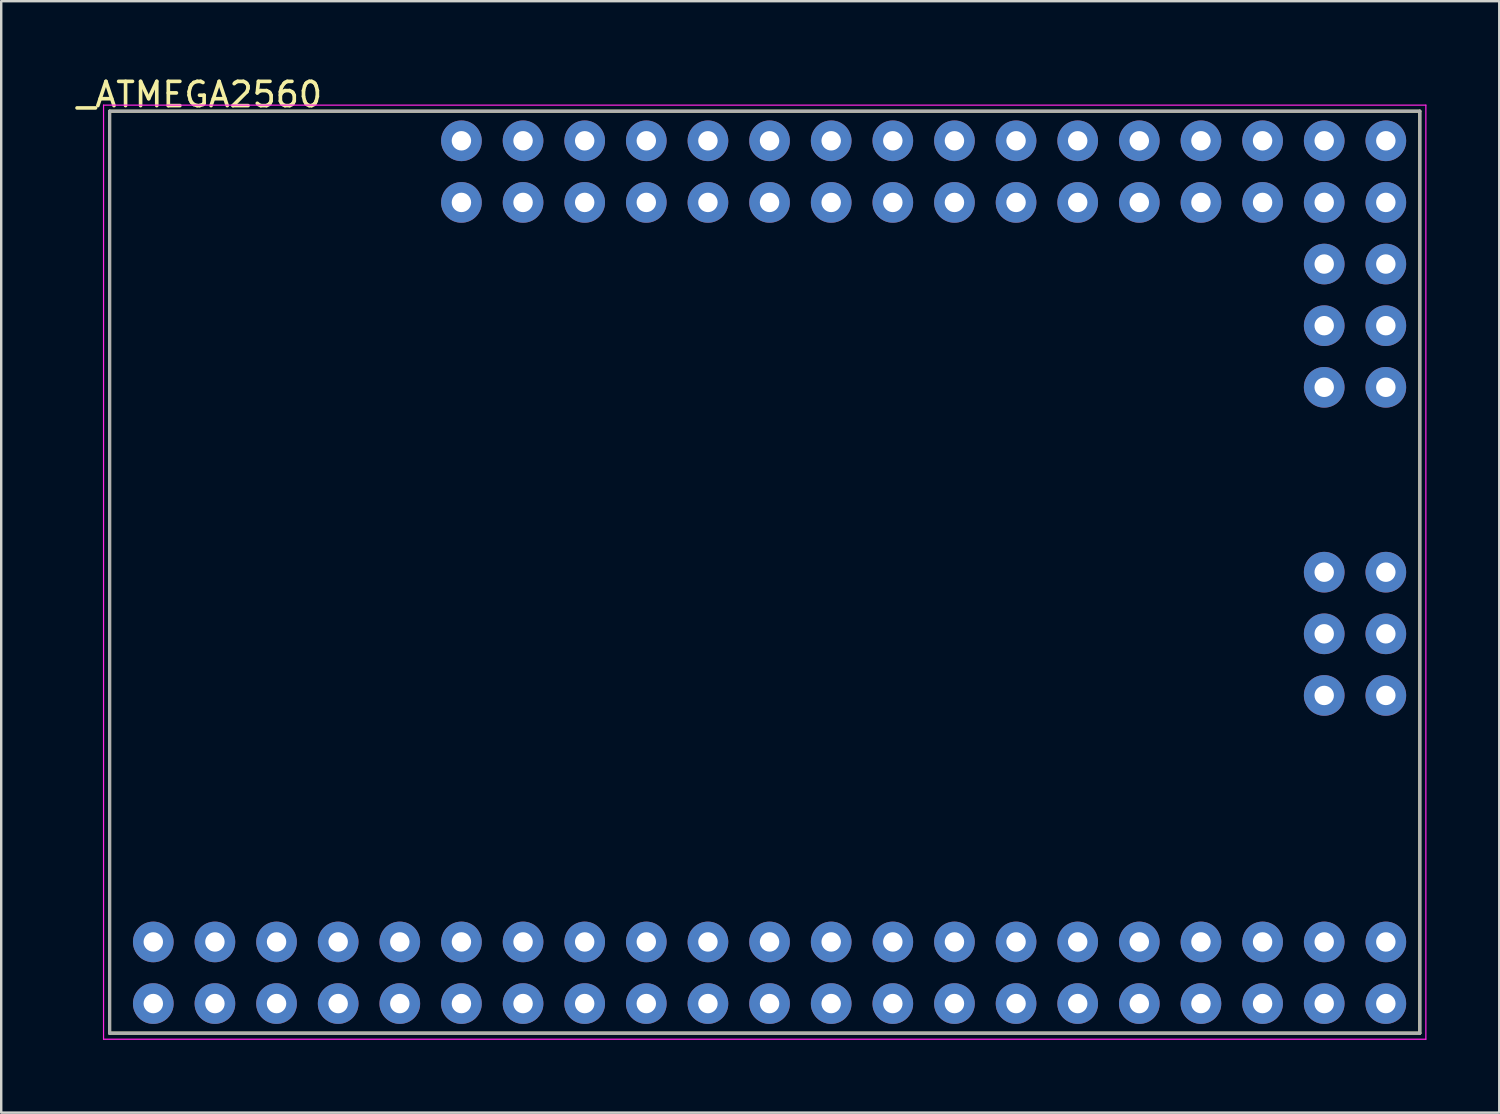
<source format=kicad_pcb>
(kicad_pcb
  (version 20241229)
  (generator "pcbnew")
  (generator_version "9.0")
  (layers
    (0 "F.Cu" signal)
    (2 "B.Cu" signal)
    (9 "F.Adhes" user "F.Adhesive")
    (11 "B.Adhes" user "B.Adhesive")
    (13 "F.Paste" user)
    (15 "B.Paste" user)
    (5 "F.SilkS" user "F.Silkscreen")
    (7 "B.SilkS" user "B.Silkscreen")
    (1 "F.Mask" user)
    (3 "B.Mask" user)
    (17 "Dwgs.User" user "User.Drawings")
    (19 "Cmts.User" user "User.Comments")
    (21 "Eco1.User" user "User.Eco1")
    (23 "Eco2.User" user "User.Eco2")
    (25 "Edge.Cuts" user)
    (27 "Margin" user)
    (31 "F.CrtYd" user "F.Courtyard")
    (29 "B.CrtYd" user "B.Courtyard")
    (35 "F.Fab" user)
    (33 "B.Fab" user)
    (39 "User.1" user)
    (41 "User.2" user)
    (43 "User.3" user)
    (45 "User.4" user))
  (footprint "_ATMEGA2560"
    (layer "F.Cu")
    (at 28.468 20.533)
    (property "Reference" "_ATMEGA2560" (at -23.295 -19.685 0) (layer "F.SilkS") (effects (font (size 1 1) (thickness 0.15))))
    (attr through_hole)
    (fp_line (start -27 -19) (end 27 -19) (stroke (width 0.127) (type solid)) (layer "F.SilkS"))
    (fp_line (start -27 19) (end -27 -19) (stroke (width 0.127) (type solid)) (layer "F.SilkS"))
    (fp_line (start -27 19) (end 27 19) (stroke (width 0.127) (type solid)) (layer "F.SilkS"))
    (fp_line (start 27 19) (end 27 -19) (stroke (width 0.127) (type solid)) (layer "F.SilkS"))
    (fp_line (start -27.25 -19.25) (end 27.25 -19.25) (stroke (width 0.05) (type solid)) (layer "F.CrtYd"))
    (fp_line (start -27.25 19.25) (end -27.25 -19.25) (stroke (width 0.05) (type solid)) (layer "F.CrtYd"))
    (fp_line (start 27.25 -19.25) (end 27.25 19.25) (stroke (width 0.05) (type solid)) (layer "F.CrtYd"))
    (fp_line (start 27.25 19.25) (end -27.25 19.25) (stroke (width 0.05) (type solid)) (layer "F.CrtYd"))
    (fp_line (start -27 -19) (end 27 -19) (stroke (width 0.127) (type solid)) (layer "F.Fab"))
    (fp_line (start -27 19) (end -27 -19) (stroke (width 0.127) (type solid)) (layer "F.Fab"))
    (fp_line (start -27 19) (end 27 19) (stroke (width 0.127) (type solid)) (layer "F.Fab"))
    (fp_line (start 27 19) (end 27 -19) (stroke (width 0.127) (type solid)) (layer "F.Fab"))
    (pad "3V3_1" thru_hole circle (at -17.58 17.78) (size 1.676 1.676) (drill 0.8) (layers "*.Cu" "*.Mask"))
    (pad "3V3_2" thru_hole circle (at -17.58 15.24) (size 1.676 1.676) (drill 0.8) (layers "*.Cu" "*.Mask"))
    (pad "5V_1" thru_hole circle (at -20.12 17.78) (size 1.676 1.676) (drill 0.8) (layers "*.Cu" "*.Mask"))
    (pad "5V_2" thru_hole circle (at -20.12 15.24) (size 1.676 1.676) (drill 0.8) (layers "*.Cu" "*.Mask"))
    (pad "5V_3" thru_hole circle (at 25.6 0) (size 1.676 1.676) (drill 0.8) (layers "*.Cu" "*.Mask"))
    (pad "A0" thru_hole circle (at -12.5 -17.78) (size 1.676 1.676) (drill 0.8) (layers "*.Cu" "*.Mask"))
    (pad "A1" thru_hole circle (at -12.5 -15.24) (size 1.676 1.676) (drill 0.8) (layers "*.Cu" "*.Mask"))
    (pad "A2" thru_hole circle (at -9.96 -17.78) (size 1.676 1.676) (drill 0.8) (layers "*.Cu" "*.Mask"))
    (pad "A3" thru_hole circle (at -9.96 -15.24) (size 1.676 1.676) (drill 0.8) (layers "*.Cu" "*.Mask"))
    (pad "A4" thru_hole circle (at -7.42 -17.78) (size 1.676 1.676) (drill 0.8) (layers "*.Cu" "*.Mask"))
    (pad "A5" thru_hole circle (at -7.42 -15.24) (size 1.676 1.676) (drill 0.8) (layers "*.Cu" "*.Mask"))
    (pad "A6" thru_hole circle (at -4.88 -17.78) (size 1.676 1.676) (drill 0.8) (layers "*.Cu" "*.Mask"))
    (pad "A7" thru_hole circle (at -4.88 -15.24) (size 1.676 1.676) (drill 0.8) (layers "*.Cu" "*.Mask"))
    (pad "A8" thru_hole circle (at -2.34 -17.78) (size 1.676 1.676) (drill 0.8) (layers "*.Cu" "*.Mask"))
    (pad "A9" thru_hole circle (at -2.34 -15.24) (size 1.676 1.676) (drill 0.8) (layers "*.Cu" "*.Mask"))
    (pad "A10" thru_hole circle (at 0.2 -17.78) (size 1.676 1.676) (drill 0.8) (layers "*.Cu" "*.Mask"))
    (pad "A11" thru_hole circle (at 0.2 -15.24) (size 1.676 1.676) (drill 0.8) (layers "*.Cu" "*.Mask"))
    (pad "A12" thru_hole circle (at 2.74 -17.78) (size 1.676 1.676) (drill 0.8) (layers "*.Cu" "*.Mask"))
    (pad "A13" thru_hole circle (at 2.74 -15.24) (size 1.676 1.676) (drill 0.8) (layers "*.Cu" "*.Mask"))
    (pad "A14" thru_hole circle (at 5.28 -17.78) (size 1.676 1.676) (drill 0.8) (layers "*.Cu" "*.Mask"))
    (pad "A15" thru_hole circle (at 5.28 -15.24) (size 1.676 1.676) (drill 0.8) (layers "*.Cu" "*.Mask"))
    (pad "AREF" thru_hole circle (at -15.04 15.24) (size 1.676 1.676) (drill 0.8) (layers "*.Cu" "*.Mask"))
    (pad "D2" thru_hole circle (at -9.96 15.24) (size 1.676 1.676) (drill 0.8) (layers "*.Cu" "*.Mask"))
    (pad "D3" thru_hole circle (at -9.96 17.78) (size 1.676 1.676) (drill 0.8) (layers "*.Cu" "*.Mask"))
    (pad "D4" thru_hole circle (at -7.42 15.24) (size 1.676 1.676) (drill 0.8) (layers "*.Cu" "*.Mask"))
    (pad "D5" thru_hole circle (at -7.42 17.78) (size 1.676 1.676) (drill 0.8) (layers "*.Cu" "*.Mask"))
    (pad "D6" thru_hole circle (at -4.88 15.24) (size 1.676 1.676) (drill 0.8) (layers "*.Cu" "*.Mask"))
    (pad "D7" thru_hole circle (at -4.88 17.78) (size 1.676 1.676) (drill 0.8) (layers "*.Cu" "*.Mask"))
    (pad "D8" thru_hole circle (at -2.34 15.24) (size 1.676 1.676) (drill 0.8) (layers "*.Cu" "*.Mask"))
    (pad "D9" thru_hole circle (at -2.34 17.78) (size 1.676 1.676) (drill 0.8) (layers "*.Cu" "*.Mask"))
    (pad "D10" thru_hole circle (at 0.2 15.24) (size 1.676 1.676) (drill 0.8) (layers "*.Cu" "*.Mask"))
    (pad "D11" thru_hole circle (at 0.2 17.78) (size 1.676 1.676) (drill 0.8) (layers "*.Cu" "*.Mask"))
    (pad "D12" thru_hole circle (at 2.74 15.24) (size 1.676 1.676) (drill 0.8) (layers "*.Cu" "*.Mask"))
    (pad "D13" thru_hole circle (at 2.74 17.78) (size 1.676 1.676) (drill 0.8) (layers "*.Cu" "*.Mask"))
    (pad "D14" thru_hole circle (at 5.28 15.24) (size 1.676 1.676) (drill 0.8) (layers "*.Cu" "*.Mask"))
    (pad "D15" thru_hole circle (at 5.28 17.78) (size 1.676 1.676) (drill 0.8) (layers "*.Cu" "*.Mask"))
    (pad "D16" thru_hole circle (at 7.82 15.24) (size 1.676 1.676) (drill 0.8) (layers "*.Cu" "*.Mask"))
    (pad "D17" thru_hole circle (at 7.82 17.78) (size 1.676 1.676) (drill 0.8) (layers "*.Cu" "*.Mask"))
    (pad "D18" thru_hole circle (at 10.36 15.24) (size 1.676 1.676) (drill 0.8) (layers "*.Cu" "*.Mask"))
    (pad "D19" thru_hole circle (at 10.36 17.78) (size 1.676 1.676) (drill 0.8) (layers "*.Cu" "*.Mask"))
    (pad "D20" thru_hole circle (at 12.9 15.24) (size 1.676 1.676) (drill 0.8) (layers "*.Cu" "*.Mask"))
    (pad "D21" thru_hole circle (at 12.9 17.78) (size 1.676 1.676) (drill 0.8) (layers "*.Cu" "*.Mask"))
    (pad "D22" thru_hole circle (at 15.44 15.24) (size 1.676 1.676) (drill 0.8) (layers "*.Cu" "*.Mask"))
    (pad "D23" thru_hole circle (at 15.44 17.78) (size 1.676 1.676) (drill 0.8) (layers "*.Cu" "*.Mask"))
    (pad "D24" thru_hole circle (at 17.98 15.24) (size 1.676 1.676) (drill 0.8) (layers "*.Cu" "*.Mask"))
    (pad "D25" thru_hole circle (at 17.98 17.78) (size 1.676 1.676) (drill 0.8) (layers "*.Cu" "*.Mask"))
    (pad "D26" thru_hole circle (at 20.52 15.24) (size 1.676 1.676) (drill 0.8) (layers "*.Cu" "*.Mask"))
    (pad "D27" thru_hole circle (at 20.52 17.78) (size 1.676 1.676) (drill 0.8) (layers "*.Cu" "*.Mask"))
    (pad "D28" thru_hole circle (at 23.06 15.24) (size 1.676 1.676) (drill 0.8) (layers "*.Cu" "*.Mask"))
    (pad "D29" thru_hole circle (at 23.06 17.78) (size 1.676 1.676) (drill 0.8) (layers "*.Cu" "*.Mask"))
    (pad "D30" thru_hole circle (at 25.6 15.24) (size 1.676 1.676) (drill 0.8) (layers "*.Cu" "*.Mask"))
    (pad "D31" thru_hole circle (at 25.6 17.78) (size 1.676 1.676) (drill 0.8) (layers "*.Cu" "*.Mask"))
    (pad "D32" thru_hole circle (at 7.82 -17.78) (size 1.676 1.676) (drill 0.8) (layers "*.Cu" "*.Mask"))
    (pad "D33" thru_hole circle (at 7.82 -15.24) (size 1.676 1.676) (drill 0.8) (layers "*.Cu" "*.Mask"))
    (pad "D34" thru_hole circle (at 10.36 -17.78) (size 1.676 1.676) (drill 0.8) (layers "*.Cu" "*.Mask"))
    (pad "D35" thru_hole circle (at 10.36 -15.24) (size 1.676 1.676) (drill 0.8) (layers "*.Cu" "*.Mask"))
    (pad "D36" thru_hole circle (at 12.9 -17.78) (size 1.676 1.676) (drill 0.8) (layers "*.Cu" "*.Mask"))
    (pad "D37" thru_hole circle (at 12.9 -15.24) (size 1.676 1.676) (drill 0.8) (layers "*.Cu" "*.Mask"))
    (pad "D38" thru_hole circle (at 15.44 -17.78) (size 1.676 1.676) (drill 0.8) (layers "*.Cu" "*.Mask"))
    (pad "D39" thru_hole circle (at 15.44 -15.24) (size 1.676 1.676) (drill 0.8) (layers "*.Cu" "*.Mask"))
    (pad "D40" thru_hole circle (at 17.98 -17.78) (size 1.676 1.676) (drill 0.8) (layers "*.Cu" "*.Mask"))
    (pad "D41" thru_hole circle (at 17.98 -15.24) (size 1.676 1.676) (drill 0.8) (layers "*.Cu" "*.Mask"))
    (pad "D42" thru_hole circle (at 20.52 -17.78) (size 1.676 1.676) (drill 0.8) (layers "*.Cu" "*.Mask"))
    (pad "D43" thru_hole circle (at 20.52 -15.24) (size 1.676 1.676) (drill 0.8) (layers "*.Cu" "*.Mask"))
    (pad "D44" thru_hole circle (at 23.06 -17.78) (size 1.676 1.676) (drill 0.8) (layers "*.Cu" "*.Mask"))
    (pad "D45" thru_hole circle (at 23.06 -15.24) (size 1.676 1.676) (drill 0.8) (layers "*.Cu" "*.Mask"))
    (pad "D46" thru_hole circle (at 25.6 -17.78) (size 1.676 1.676) (drill 0.8) (layers "*.Cu" "*.Mask"))
    (pad "D47" thru_hole circle (at 25.6 -15.24) (size 1.676 1.676) (drill 0.8) (layers "*.Cu" "*.Mask"))
    (pad "D48" thru_hole circle (at 25.6 -12.7) (size 1.676 1.676) (drill 0.8) (layers "*.Cu" "*.Mask"))
    (pad "D49" thru_hole circle (at 23.06 -12.7) (size 1.676 1.676) (drill 0.8) (layers "*.Cu" "*.Mask"))
    (pad "D50" thru_hole circle (at 25.6 -10.16) (size 1.676 1.676) (drill 0.8) (layers "*.Cu" "*.Mask"))
    (pad "D51" thru_hole circle (at 23.06 -10.16) (size 1.676 1.676) (drill 0.8) (layers "*.Cu" "*.Mask"))
    (pad "D52" thru_hole circle (at 25.6 -7.62) (size 1.676 1.676) (drill 0.8) (layers "*.Cu" "*.Mask"))
    (pad "D53" thru_hole circle (at 23.06 -7.62) (size 1.676 1.676) (drill 0.8) (layers "*.Cu" "*.Mask"))
    (pad "GND_1" thru_hole circle (at -22.66 17.78) (size 1.676 1.676) (drill 0.8) (layers "*.Cu" "*.Mask"))
    (pad "GND_2" thru_hole circle (at -22.66 15.24) (size 1.676 1.676) (drill 0.8) (layers "*.Cu" "*.Mask"))
    (pad "GND_3" thru_hole circle (at 25.6 5.08) (size 1.676 1.676) (drill 0.8) (layers "*.Cu" "*.Mask"))
    (pad "MISO" thru_hole circle (at 23.06 0) (size 1.676 1.676) (drill 0.8) (layers "*.Cu" "*.Mask"))
    (pad "MOSI" thru_hole circle (at 25.6 2.54) (size 1.676 1.676) (drill 0.8) (layers "*.Cu" "*.Mask"))
    (pad "RESET" thru_hole circle (at 23.06 5.08) (size 1.676 1.676) (drill 0.8) (layers "*.Cu" "*.Mask"))
    (pad "RST" thru_hole circle (at -15.04 17.78) (size 1.676 1.676) (drill 0.8) (layers "*.Cu" "*.Mask"))
    (pad "RX" thru_hole circle (at -12.5 15.24) (size 1.676 1.676) (drill 0.8) (layers "*.Cu" "*.Mask"))
    (pad "SCK" thru_hole circle (at 23.06 2.54) (size 1.676 1.676) (drill 0.8) (layers "*.Cu" "*.Mask"))
    (pad "TX" thru_hole circle (at -12.5 17.78) (size 1.676 1.676) (drill 0.8) (layers "*.Cu" "*.Mask"))
    (pad "VIN_1" thru_hole circle (at -25.2 17.78) (size 1.676 1.676) (drill 0.8) (layers "*.Cu" "*.Mask"))
    (pad "VIN_2" thru_hole circle (at -25.2 15.24) (size 1.676 1.676) (drill 0.8) (layers "*.Cu" "*.Mask")))
  (gr_rect
    (start -3 -3)
    (end 58.743 42.808)
    (stroke (width 0.1) (type default))
    (fill no)
    (layer "Edge.Cuts")))
</source>
